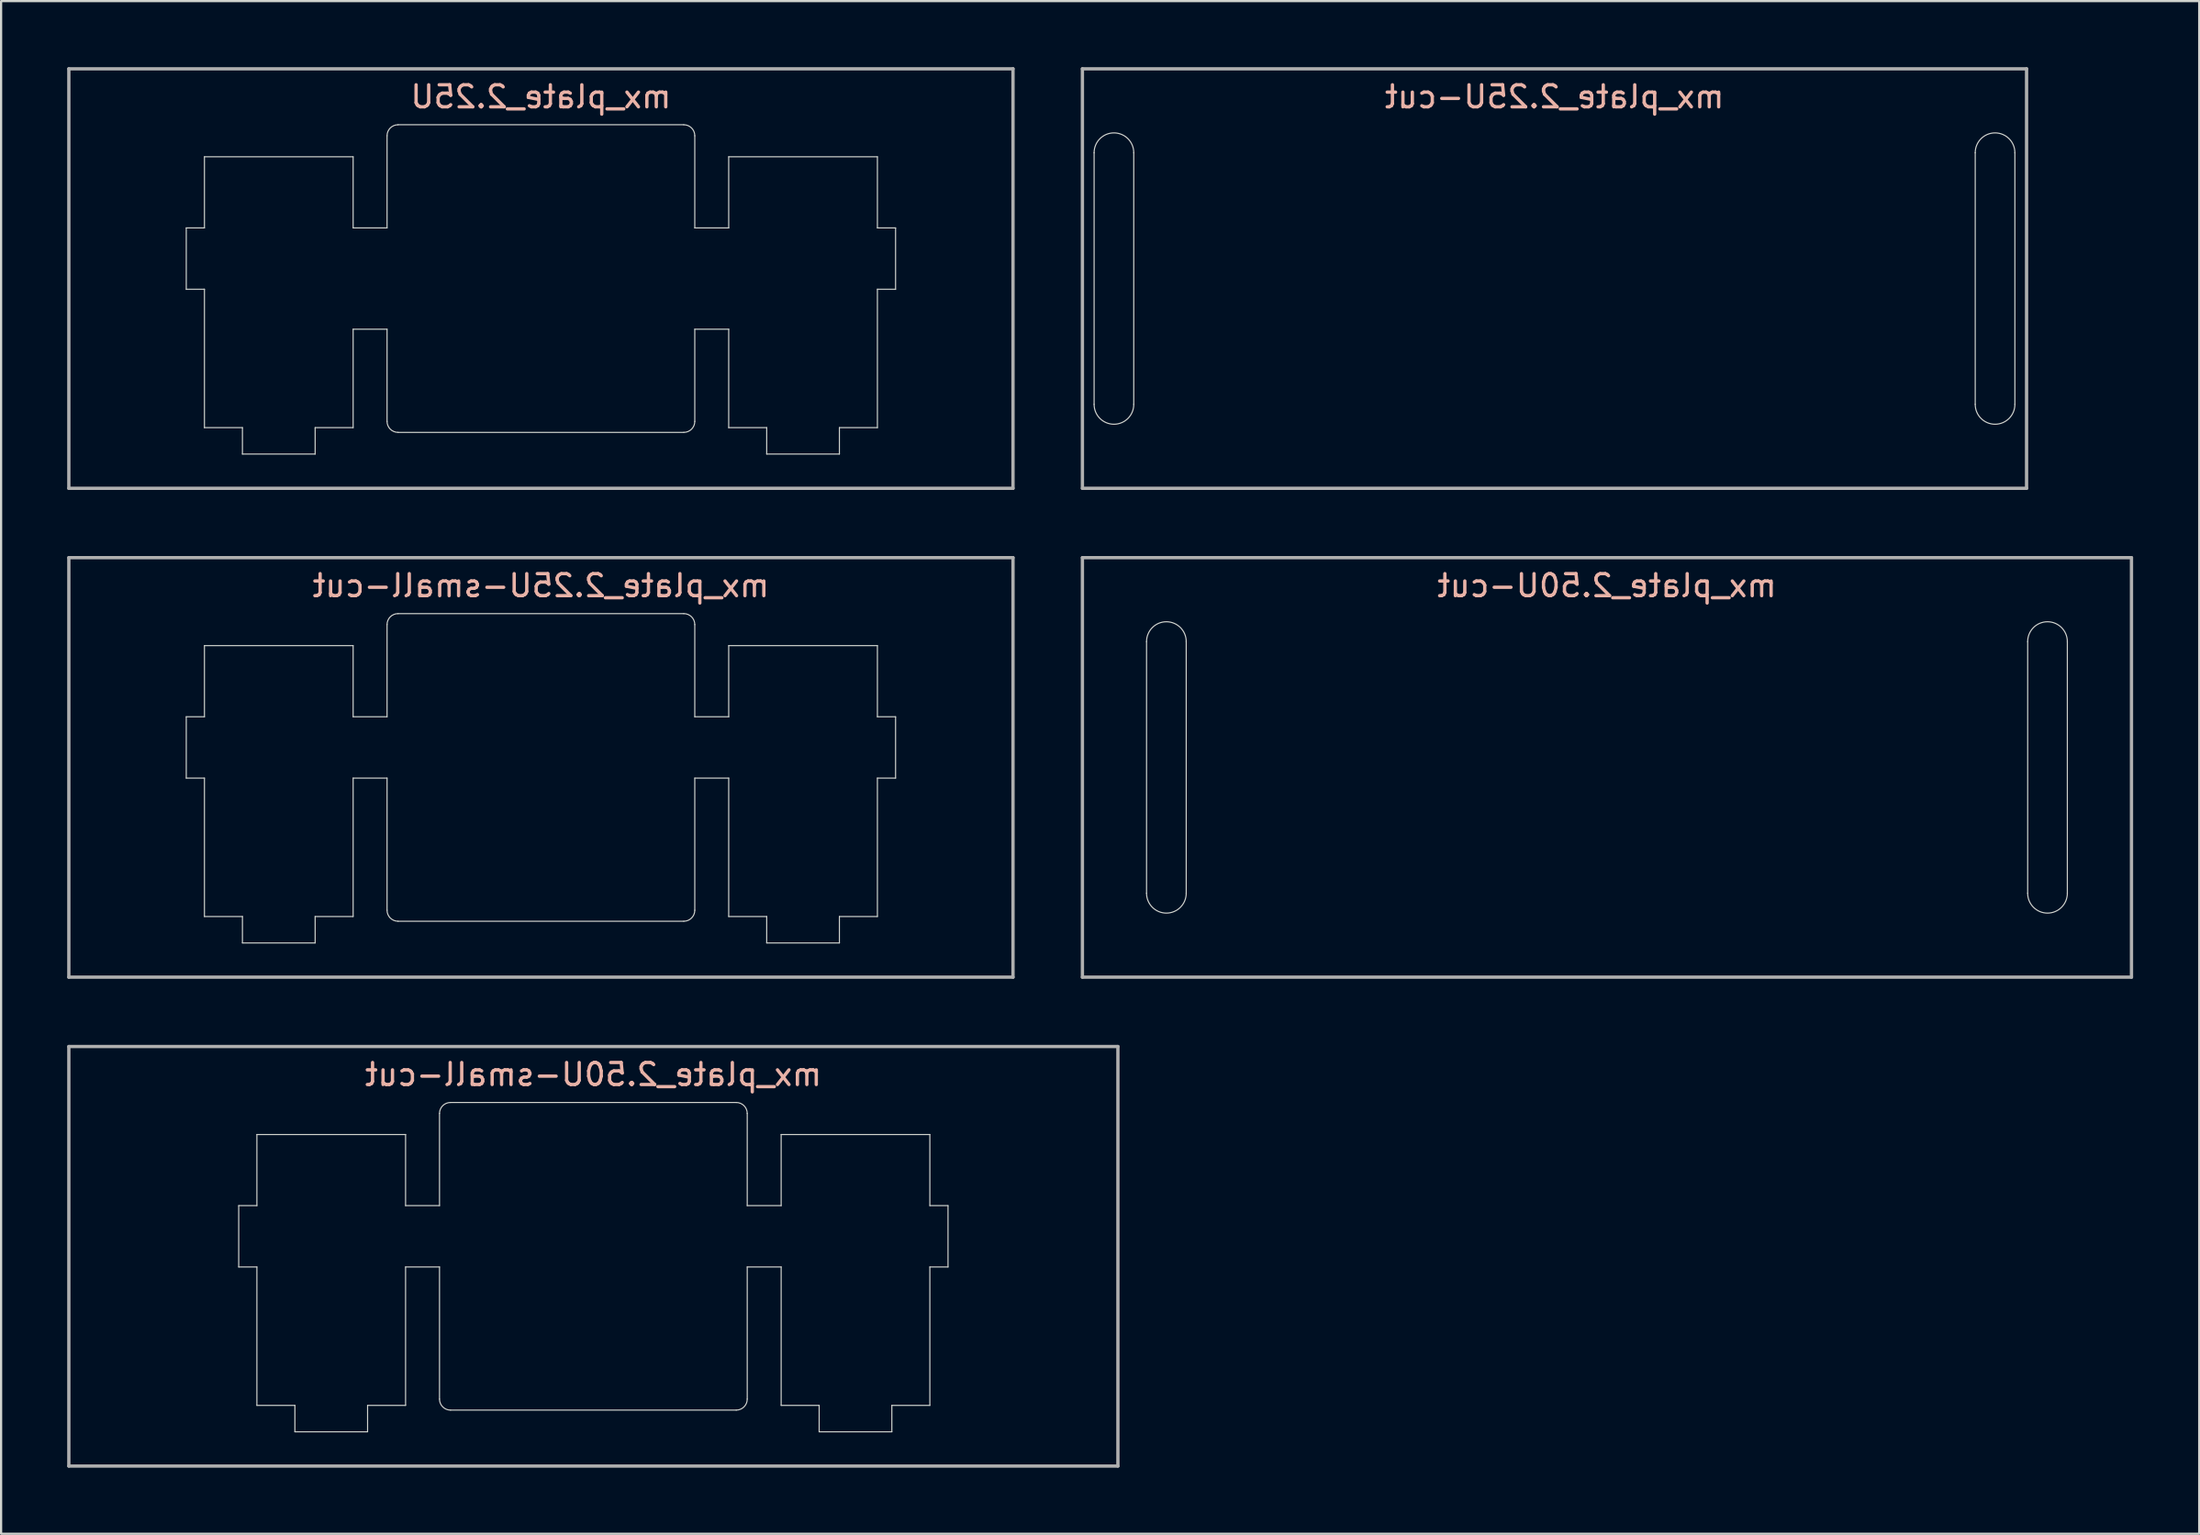
<source format=kicad_pcb>
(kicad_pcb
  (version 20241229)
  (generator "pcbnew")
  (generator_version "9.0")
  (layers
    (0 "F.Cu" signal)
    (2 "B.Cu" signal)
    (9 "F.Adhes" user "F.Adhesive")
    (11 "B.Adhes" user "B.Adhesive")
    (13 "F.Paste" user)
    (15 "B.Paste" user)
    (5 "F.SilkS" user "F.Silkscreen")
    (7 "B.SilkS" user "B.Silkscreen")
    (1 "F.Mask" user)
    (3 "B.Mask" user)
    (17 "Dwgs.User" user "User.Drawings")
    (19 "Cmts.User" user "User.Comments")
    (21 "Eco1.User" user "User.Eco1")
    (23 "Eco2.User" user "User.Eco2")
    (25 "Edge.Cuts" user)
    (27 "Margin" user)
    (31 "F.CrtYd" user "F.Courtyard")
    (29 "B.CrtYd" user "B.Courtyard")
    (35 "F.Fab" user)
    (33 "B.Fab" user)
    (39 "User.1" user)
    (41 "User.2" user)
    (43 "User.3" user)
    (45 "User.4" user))
  (footprint "mx_plate_2.25U-small-cut"
    (layer "F.Cu")
    (at 21.506 31.8)
    (property "Reference" "mx_plate_2.25U-small-cut" (at 0 -8.255 0) (layer "B.SilkS") (effects (font (size 1 1) (thickness 0.15)) (justify mirror)))
    (attr smd)
    (fp_line (start -16.1 -2.3) (end -16.1 0.485) (stroke (width 0.05) (type solid)) (layer "Edge.Cuts"))
    (fp_line (start -16.1 -2.3) (end -15.275 -2.3) (stroke (width 0.05) (type solid)) (layer "Edge.Cuts"))
    (fp_line (start -16.1 0.485) (end -15.275 0.485) (stroke (width 0.05) (type solid)) (layer "Edge.Cuts"))
    (fp_line (start -15.275 -5.53) (end -15.275 -2.3) (stroke (width 0.05) (type solid)) (layer "Edge.Cuts"))
    (fp_line (start -15.275 -5.53) (end -8.525 -5.53) (stroke (width 0.05) (type solid)) (layer "Edge.Cuts"))
    (fp_line (start -15.275 0.485) (end -15.275 6.77) (stroke (width 0.05) (type solid)) (layer "Edge.Cuts"))
    (fp_line (start -15.275 6.77) (end -13.55 6.77) (stroke (width 0.05) (type solid)) (layer "Edge.Cuts"))
    (fp_line (start -13.55 6.77) (end -13.55 7.97) (stroke (width 0.05) (type solid)) (layer "Edge.Cuts"))
    (fp_line (start -13.55 7.97) (end -10.25 7.97) (stroke (width 0.05) (type solid)) (layer "Edge.Cuts"))
    (fp_line (start -10.25 6.77) (end -10.25 7.97) (stroke (width 0.05) (type solid)) (layer "Edge.Cuts"))
    (fp_line (start -10.25 6.77) (end -8.525 6.77) (stroke (width 0.05) (type solid)) (layer "Edge.Cuts"))
    (fp_line (start -8.525 -5.53) (end -8.525 -2.3) (stroke (width 0.05) (type solid)) (layer "Edge.Cuts"))
    (fp_line (start -8.525 -2.3) (end -6.985 -2.3) (stroke (width 0.05) (type solid)) (layer "Edge.Cuts"))
    (fp_line (start -8.525 0.485) (end -8.525 6.77) (stroke (width 0.05) (type solid)) (layer "Edge.Cuts"))
    (fp_line (start -8.525 0.485) (end -6.985 0.485) (stroke (width 0.05) (type solid)) (layer "Edge.Cuts"))
    (fp_line (start -6.985 -6.485) (end -6.985 -2.3) (stroke (width 0.05) (type solid)) (layer "Edge.Cuts"))
    (fp_line (start -6.985 0.485) (end -6.985 6.485) (stroke (width 0.05) (type solid)) (layer "Edge.Cuts"))
    (fp_line (start -6.485 6.985) (end 6.485 6.985) (stroke (width 0.05) (type solid)) (layer "Edge.Cuts"))
    (fp_line (start 6.485 -6.985) (end -6.485 -6.985) (stroke (width 0.05) (type solid)) (layer "Edge.Cuts"))
    (fp_line (start 6.985 -6.485) (end 6.985 -2.3) (stroke (width 0.05) (type solid)) (layer "Edge.Cuts"))
    (fp_line (start 6.985 -2.3) (end 8.525 -2.3) (stroke (width 0.05) (type solid)) (layer "Edge.Cuts"))
    (fp_line (start 6.985 0.485) (end 6.985 6.485) (stroke (width 0.05) (type solid)) (layer "Edge.Cuts"))
    (fp_line (start 6.985 0.485) (end 8.525 0.485) (stroke (width 0.05) (type solid)) (layer "Edge.Cuts"))
    (fp_line (start 8.525 -5.53) (end 8.525 -2.3) (stroke (width 0.05) (type solid)) (layer "Edge.Cuts"))
    (fp_line (start 8.525 -5.53) (end 15.275 -5.53) (stroke (width 0.05) (type solid)) (layer "Edge.Cuts"))
    (fp_line (start 8.525 0.485) (end 8.525 6.77) (stroke (width 0.05) (type solid)) (layer "Edge.Cuts"))
    (fp_line (start 8.525 6.77) (end 10.25 6.77) (stroke (width 0.05) (type solid)) (layer "Edge.Cuts"))
    (fp_line (start 10.25 6.77) (end 10.25 7.97) (stroke (width 0.05) (type solid)) (layer "Edge.Cuts"))
    (fp_line (start 10.25 7.97) (end 13.55 7.97) (stroke (width 0.05) (type solid)) (layer "Edge.Cuts"))
    (fp_line (start 13.55 6.77) (end 13.55 7.97) (stroke (width 0.05) (type solid)) (layer "Edge.Cuts"))
    (fp_line (start 13.55 6.77) (end 15.275 6.77) (stroke (width 0.05) (type solid)) (layer "Edge.Cuts"))
    (fp_line (start 15.275 -5.53) (end 15.275 -2.3) (stroke (width 0.05) (type solid)) (layer "Edge.Cuts"))
    (fp_line (start 15.275 0.485) (end 15.275 6.77) (stroke (width 0.05) (type solid)) (layer "Edge.Cuts"))
    (fp_line (start 16.1 -2.3) (end 15.275 -2.3) (stroke (width 0.05) (type solid)) (layer "Edge.Cuts"))
    (fp_line (start 16.1 0.485) (end 15.275 0.485) (stroke (width 0.05) (type solid)) (layer "Edge.Cuts"))
    (fp_line (start 16.1 0.485) (end 16.1 -2.3) (stroke (width 0.05) (type solid)) (layer "Edge.Cuts"))
    (fp_arc (start -6.985 -6.485) (mid -6.838553 -6.838553) (end -6.485 -6.985) (stroke (width 0.05) (type solid)) (layer "Edge.Cuts"))
    (fp_arc (start -6.485 6.985) (mid -6.838553 6.838553) (end -6.985 6.485) (stroke (width 0.05) (type solid)) (layer "Edge.Cuts"))
    (fp_arc (start 6.485 -6.985) (mid 6.838553 -6.838553) (end 6.985 -6.485) (stroke (width 0.05) (type solid)) (layer "Edge.Cuts"))
    (fp_arc (start 6.985 6.485) (mid 6.838553 6.838553) (end 6.485 6.985) (stroke (width 0.05) (type solid)) (layer "Edge.Cuts"))
    (fp_line (start -21.431 -9.525) (end 21.431 -9.525) (stroke (width 0.15) (type solid)) (layer "F.Fab"))
    (fp_line (start -21.431 9.525) (end -21.431 -9.525) (stroke (width 0.15) (type solid)) (layer "F.Fab"))
    (fp_line (start 21.431 -9.525) (end 21.431 9.525) (stroke (width 0.15) (type solid)) (layer "F.Fab"))
    (fp_line (start 21.431 9.525) (end -21.431 9.525) (stroke (width 0.15) (type solid)) (layer "F.Fab")))
  (footprint "mx_plate_2.25U-cut"
    (layer "F.Cu")
    (at 67.519 9.6)
    (property "Reference" "mx_plate_2.25U-cut" (at 0 -8.255 0) (layer "B.SilkS") (effects (font (size 1 1) (thickness 0.15)) (justify mirror)))
    (attr smd)
    (fp_line (start -20.9 -5.715) (end -20.9 5.715) (stroke (width 0.05) (type solid)) (layer "Edge.Cuts"))
    (fp_line (start -19.1 -5.715) (end -19.1 5.715) (stroke (width 0.05) (type solid)) (layer "Edge.Cuts"))
    (fp_line (start 19.1 -5.715) (end 19.1 5.715) (stroke (width 0.05) (type solid)) (layer "Edge.Cuts"))
    (fp_line (start 20.9 -5.715) (end 20.9 5.715) (stroke (width 0.05) (type solid)) (layer "Edge.Cuts"))
    (fp_arc (start -20.9 -5.715) (mid -20 -6.615) (end -19.1 -5.715) (stroke (width 0.05) (type solid)) (layer "Edge.Cuts"))
    (fp_arc (start -19.1 5.715) (mid -20 6.615) (end -20.9 5.715) (stroke (width 0.05) (type solid)) (layer "Edge.Cuts"))
    (fp_arc (start 19.1 -5.715) (mid 20 -6.615) (end 20.9 -5.715) (stroke (width 0.05) (type solid)) (layer "Edge.Cuts"))
    (fp_arc (start 20.9 5.715) (mid 20 6.615) (end 19.1 5.715) (stroke (width 0.05) (type solid)) (layer "Edge.Cuts"))
    (fp_line (start -21.431 -9.525) (end 21.431 -9.525) (stroke (width 0.15) (type solid)) (layer "F.Fab"))
    (fp_line (start -21.431 9.525) (end -21.431 -9.525) (stroke (width 0.15) (type solid)) (layer "F.Fab"))
    (fp_line (start 21.431 -9.525) (end 21.431 9.525) (stroke (width 0.15) (type solid)) (layer "F.Fab"))
    (fp_line (start 21.431 9.525) (end -21.431 9.525) (stroke (width 0.15) (type solid)) (layer "F.Fab")))
  (footprint "mx_plate_2.25U"
    (layer "F.Cu")
    (at 21.506 9.6)
    (property "Reference" "mx_plate_2.25U" (at 0 -8.255 0) (layer "B.SilkS") (effects (font (size 1 1) (thickness 0.15)) (justify mirror)))
    (attr smd)
    (fp_line (start -16.1 -2.3) (end -16.1 0.485) (stroke (width 0.05) (type solid)) (layer "Edge.Cuts"))
    (fp_line (start -16.1 -2.3) (end -15.275 -2.3) (stroke (width 0.05) (type solid)) (layer "Edge.Cuts"))
    (fp_line (start -16.1 0.485) (end -15.275 0.485) (stroke (width 0.05) (type solid)) (layer "Edge.Cuts"))
    (fp_line (start -15.275 -5.53) (end -15.275 -2.3) (stroke (width 0.05) (type solid)) (layer "Edge.Cuts"))
    (fp_line (start -15.275 -5.53) (end -8.525 -5.53) (stroke (width 0.05) (type solid)) (layer "Edge.Cuts"))
    (fp_line (start -15.275 0.485) (end -15.275 6.77) (stroke (width 0.05) (type solid)) (layer "Edge.Cuts"))
    (fp_line (start -15.275 6.77) (end -13.55 6.77) (stroke (width 0.05) (type solid)) (layer "Edge.Cuts"))
    (fp_line (start -13.55 6.77) (end -13.55 7.97) (stroke (width 0.05) (type solid)) (layer "Edge.Cuts"))
    (fp_line (start -13.55 7.97) (end -10.25 7.97) (stroke (width 0.05) (type solid)) (layer "Edge.Cuts"))
    (fp_line (start -10.25 6.77) (end -10.25 7.97) (stroke (width 0.05) (type solid)) (layer "Edge.Cuts"))
    (fp_line (start -10.25 6.77) (end -8.525 6.77) (stroke (width 0.05) (type solid)) (layer "Edge.Cuts"))
    (fp_line (start -8.525 -5.53) (end -8.525 -2.3) (stroke (width 0.05) (type solid)) (layer "Edge.Cuts"))
    (fp_line (start -8.525 -2.3) (end -6.985 -2.3) (stroke (width 0.05) (type solid)) (layer "Edge.Cuts"))
    (fp_line (start -8.525 2.3) (end -8.525 6.77) (stroke (width 0.05) (type solid)) (layer "Edge.Cuts"))
    (fp_line (start -8.525 2.3) (end -6.985 2.3) (stroke (width 0.05) (type solid)) (layer "Edge.Cuts"))
    (fp_line (start -6.985 -6.485) (end -6.985 -2.3) (stroke (width 0.05) (type solid)) (layer "Edge.Cuts"))
    (fp_line (start -6.985 2.3) (end -6.985 6.485) (stroke (width 0.05) (type solid)) (layer "Edge.Cuts"))
    (fp_line (start -6.485 6.985) (end 6.485 6.985) (stroke (width 0.05) (type solid)) (layer "Edge.Cuts"))
    (fp_line (start 6.485 -6.985) (end -6.485 -6.985) (stroke (width 0.05) (type solid)) (layer "Edge.Cuts"))
    (fp_line (start 6.985 -6.485) (end 6.985 -2.3) (stroke (width 0.05) (type solid)) (layer "Edge.Cuts"))
    (fp_line (start 6.985 -2.3) (end 8.525 -2.3) (stroke (width 0.05) (type solid)) (layer "Edge.Cuts"))
    (fp_line (start 6.985 2.3) (end 6.985 6.485) (stroke (width 0.05) (type solid)) (layer "Edge.Cuts"))
    (fp_line (start 6.985 2.3) (end 8.525 2.3) (stroke (width 0.05) (type solid)) (layer "Edge.Cuts"))
    (fp_line (start 8.525 -5.53) (end 8.525 -2.3) (stroke (width 0.05) (type solid)) (layer "Edge.Cuts"))
    (fp_line (start 8.525 -5.53) (end 15.275 -5.53) (stroke (width 0.05) (type solid)) (layer "Edge.Cuts"))
    (fp_line (start 8.525 2.3) (end 8.525 6.77) (stroke (width 0.05) (type solid)) (layer "Edge.Cuts"))
    (fp_line (start 8.525 6.77) (end 10.25 6.77) (stroke (width 0.05) (type solid)) (layer "Edge.Cuts"))
    (fp_line (start 10.25 6.77) (end 10.25 7.97) (stroke (width 0.05) (type solid)) (layer "Edge.Cuts"))
    (fp_line (start 10.25 7.97) (end 13.55 7.97) (stroke (width 0.05) (type solid)) (layer "Edge.Cuts"))
    (fp_line (start 13.55 6.77) (end 13.55 7.97) (stroke (width 0.05) (type solid)) (layer "Edge.Cuts"))
    (fp_line (start 13.55 6.77) (end 15.275 6.77) (stroke (width 0.05) (type solid)) (layer "Edge.Cuts"))
    (fp_line (start 15.275 -5.53) (end 15.275 -2.3) (stroke (width 0.05) (type solid)) (layer "Edge.Cuts"))
    (fp_line (start 15.275 0.485) (end 15.275 6.77) (stroke (width 0.05) (type solid)) (layer "Edge.Cuts"))
    (fp_line (start 16.1 -2.3) (end 15.275 -2.3) (stroke (width 0.05) (type solid)) (layer "Edge.Cuts"))
    (fp_line (start 16.1 0.485) (end 15.275 0.485) (stroke (width 0.05) (type solid)) (layer "Edge.Cuts"))
    (fp_line (start 16.1 0.485) (end 16.1 -2.3) (stroke (width 0.05) (type solid)) (layer "Edge.Cuts"))
    (fp_arc (start -6.985 -6.485) (mid -6.838553 -6.838553) (end -6.485 -6.985) (stroke (width 0.05) (type solid)) (layer "Edge.Cuts"))
    (fp_arc (start -6.485 6.985) (mid -6.838553 6.838553) (end -6.985 6.485) (stroke (width 0.05) (type solid)) (layer "Edge.Cuts"))
    (fp_arc (start 6.485 -6.985) (mid 6.838553 -6.838553) (end 6.985 -6.485) (stroke (width 0.05) (type solid)) (layer "Edge.Cuts"))
    (fp_arc (start 6.985 6.485) (mid 6.838553 6.838553) (end 6.485 6.985) (stroke (width 0.05) (type solid)) (layer "Edge.Cuts"))
    (fp_line (start -21.431 -9.525) (end 21.431 -9.525) (stroke (width 0.15) (type solid)) (layer "F.Fab"))
    (fp_line (start -21.431 9.525) (end -21.431 -9.525) (stroke (width 0.15) (type solid)) (layer "F.Fab"))
    (fp_line (start 21.431 -9.525) (end 21.431 9.525) (stroke (width 0.15) (type solid)) (layer "F.Fab"))
    (fp_line (start 21.431 9.525) (end -21.431 9.525) (stroke (width 0.15) (type solid)) (layer "F.Fab")))
  (footprint "mx_plate_2.50U-cut"
    (layer "F.Cu")
    (at 69.9 31.8)
    (property "Reference" "mx_plate_2.50U-cut" (at 0 -8.255 0) (layer "B.SilkS") (effects (font (size 1 1) (thickness 0.15)) (justify mirror)))
    (attr smd)
    (fp_line (start -20.9 -5.715) (end -20.9 5.715) (stroke (width 0.05) (type solid)) (layer "Edge.Cuts"))
    (fp_line (start -19.1 -5.715) (end -19.1 5.715) (stroke (width 0.05) (type solid)) (layer "Edge.Cuts"))
    (fp_line (start 19.1 -5.715) (end 19.1 5.715) (stroke (width 0.05) (type solid)) (layer "Edge.Cuts"))
    (fp_line (start 20.9 -5.715) (end 20.9 5.715) (stroke (width 0.05) (type solid)) (layer "Edge.Cuts"))
    (fp_arc (start -20.9 -5.715) (mid -20 -6.615) (end -19.1 -5.715) (stroke (width 0.05) (type solid)) (layer "Edge.Cuts"))
    (fp_arc (start -19.1 5.715) (mid -20 6.615) (end -20.9 5.715) (stroke (width 0.05) (type solid)) (layer "Edge.Cuts"))
    (fp_arc (start 19.1 -5.715) (mid 20 -6.615) (end 20.9 -5.715) (stroke (width 0.05) (type solid)) (layer "Edge.Cuts"))
    (fp_arc (start 20.9 5.715) (mid 20 6.615) (end 19.1 5.715) (stroke (width 0.05) (type solid)) (layer "Edge.Cuts"))
    (fp_line (start -23.812 -9.525) (end 23.812 -9.525) (stroke (width 0.15) (type solid)) (layer "F.Fab"))
    (fp_line (start -23.812 9.525) (end -23.812 -9.525) (stroke (width 0.15) (type solid)) (layer "F.Fab"))
    (fp_line (start 23.812 -9.525) (end 23.812 9.525) (stroke (width 0.15) (type solid)) (layer "F.Fab"))
    (fp_line (start 23.812 9.525) (end -23.812 9.525) (stroke (width 0.15) (type solid)) (layer "F.Fab")))
  (footprint "mx_plate_2.50U-small-cut"
    (layer "F.Cu")
    (at 23.887 54)
    (property "Reference" "mx_plate_2.50U-small-cut" (at 0 -8.255 0) (layer "B.SilkS") (effects (font (size 1 1) (thickness 0.15)) (justify mirror)))
    (attr smd)
    (fp_line (start -16.1 -2.3) (end -16.1 0.485) (stroke (width 0.05) (type solid)) (layer "Edge.Cuts"))
    (fp_line (start -16.1 -2.3) (end -15.275 -2.3) (stroke (width 0.05) (type solid)) (layer "Edge.Cuts"))
    (fp_line (start -16.1 0.485) (end -15.275 0.485) (stroke (width 0.05) (type solid)) (layer "Edge.Cuts"))
    (fp_line (start -15.275 -5.53) (end -15.275 -2.3) (stroke (width 0.05) (type solid)) (layer "Edge.Cuts"))
    (fp_line (start -15.275 -5.53) (end -8.525 -5.53) (stroke (width 0.05) (type solid)) (layer "Edge.Cuts"))
    (fp_line (start -15.275 0.485) (end -15.275 6.77) (stroke (width 0.05) (type solid)) (layer "Edge.Cuts"))
    (fp_line (start -15.275 6.77) (end -13.55 6.77) (stroke (width 0.05) (type solid)) (layer "Edge.Cuts"))
    (fp_line (start -13.55 6.77) (end -13.55 7.97) (stroke (width 0.05) (type solid)) (layer "Edge.Cuts"))
    (fp_line (start -13.55 7.97) (end -10.25 7.97) (stroke (width 0.05) (type solid)) (layer "Edge.Cuts"))
    (fp_line (start -10.25 6.77) (end -10.25 7.97) (stroke (width 0.05) (type solid)) (layer "Edge.Cuts"))
    (fp_line (start -10.25 6.77) (end -8.525 6.77) (stroke (width 0.05) (type solid)) (layer "Edge.Cuts"))
    (fp_line (start -8.525 -5.53) (end -8.525 -2.3) (stroke (width 0.05) (type solid)) (layer "Edge.Cuts"))
    (fp_line (start -8.525 -2.3) (end -6.985 -2.3) (stroke (width 0.05) (type solid)) (layer "Edge.Cuts"))
    (fp_line (start -8.525 0.485) (end -8.525 6.77) (stroke (width 0.05) (type solid)) (layer "Edge.Cuts"))
    (fp_line (start -8.525 0.485) (end -6.985 0.485) (stroke (width 0.05) (type solid)) (layer "Edge.Cuts"))
    (fp_line (start -6.985 -6.485) (end -6.985 -2.3) (stroke (width 0.05) (type solid)) (layer "Edge.Cuts"))
    (fp_line (start -6.985 0.485) (end -6.985 6.485) (stroke (width 0.05) (type solid)) (layer "Edge.Cuts"))
    (fp_line (start -6.485 6.985) (end 6.485 6.985) (stroke (width 0.05) (type solid)) (layer "Edge.Cuts"))
    (fp_line (start 6.485 -6.985) (end -6.485 -6.985) (stroke (width 0.05) (type solid)) (layer "Edge.Cuts"))
    (fp_line (start 6.985 -6.485) (end 6.985 -2.3) (stroke (width 0.05) (type solid)) (layer "Edge.Cuts"))
    (fp_line (start 6.985 -2.3) (end 8.525 -2.3) (stroke (width 0.05) (type solid)) (layer "Edge.Cuts"))
    (fp_line (start 6.985 0.485) (end 6.985 6.485) (stroke (width 0.05) (type solid)) (layer "Edge.Cuts"))
    (fp_line (start 6.985 0.485) (end 8.525 0.485) (stroke (width 0.05) (type solid)) (layer "Edge.Cuts"))
    (fp_line (start 8.525 -5.53) (end 8.525 -2.3) (stroke (width 0.05) (type solid)) (layer "Edge.Cuts"))
    (fp_line (start 8.525 -5.53) (end 15.275 -5.53) (stroke (width 0.05) (type solid)) (layer "Edge.Cuts"))
    (fp_line (start 8.525 0.485) (end 8.525 6.77) (stroke (width 0.05) (type solid)) (layer "Edge.Cuts"))
    (fp_line (start 8.525 6.77) (end 10.25 6.77) (stroke (width 0.05) (type solid)) (layer "Edge.Cuts"))
    (fp_line (start 10.25 6.77) (end 10.25 7.97) (stroke (width 0.05) (type solid)) (layer "Edge.Cuts"))
    (fp_line (start 10.25 7.97) (end 13.55 7.97) (stroke (width 0.05) (type solid)) (layer "Edge.Cuts"))
    (fp_line (start 13.55 6.77) (end 13.55 7.97) (stroke (width 0.05) (type solid)) (layer "Edge.Cuts"))
    (fp_line (start 13.55 6.77) (end 15.275 6.77) (stroke (width 0.05) (type solid)) (layer "Edge.Cuts"))
    (fp_line (start 15.275 -5.53) (end 15.275 -2.3) (stroke (width 0.05) (type solid)) (layer "Edge.Cuts"))
    (fp_line (start 15.275 0.485) (end 15.275 6.77) (stroke (width 0.05) (type solid)) (layer "Edge.Cuts"))
    (fp_line (start 16.1 -2.3) (end 15.275 -2.3) (stroke (width 0.05) (type solid)) (layer "Edge.Cuts"))
    (fp_line (start 16.1 0.485) (end 15.275 0.485) (stroke (width 0.05) (type solid)) (layer "Edge.Cuts"))
    (fp_line (start 16.1 0.485) (end 16.1 -2.3) (stroke (width 0.05) (type solid)) (layer "Edge.Cuts"))
    (fp_arc (start -6.985 -6.485) (mid -6.838553 -6.838553) (end -6.485 -6.985) (stroke (width 0.05) (type solid)) (layer "Edge.Cuts"))
    (fp_arc (start -6.485 6.985) (mid -6.838553 6.838553) (end -6.985 6.485) (stroke (width 0.05) (type solid)) (layer "Edge.Cuts"))
    (fp_arc (start 6.485 -6.985) (mid 6.838553 -6.838553) (end 6.985 -6.485) (stroke (width 0.05) (type solid)) (layer "Edge.Cuts"))
    (fp_arc (start 6.985 6.485) (mid 6.838553 6.838553) (end 6.485 6.985) (stroke (width 0.05) (type solid)) (layer "Edge.Cuts"))
    (fp_line (start -23.812 -9.525) (end 23.812 -9.525) (stroke (width 0.15) (type solid)) (layer "F.Fab"))
    (fp_line (start -23.812 9.525) (end -23.812 -9.525) (stroke (width 0.15) (type solid)) (layer "F.Fab"))
    (fp_line (start 23.812 -9.525) (end 23.812 9.525) (stroke (width 0.15) (type solid)) (layer "F.Fab"))
    (fp_line (start 23.812 9.525) (end -23.812 9.525) (stroke (width 0.15) (type solid)) (layer "F.Fab")))
  (gr_rect
    (start -3 -3)
    (end 96.787 66.6)
    (stroke (width 0.1) (type default))
    (fill no)
    (layer "Edge.Cuts")))
</source>
